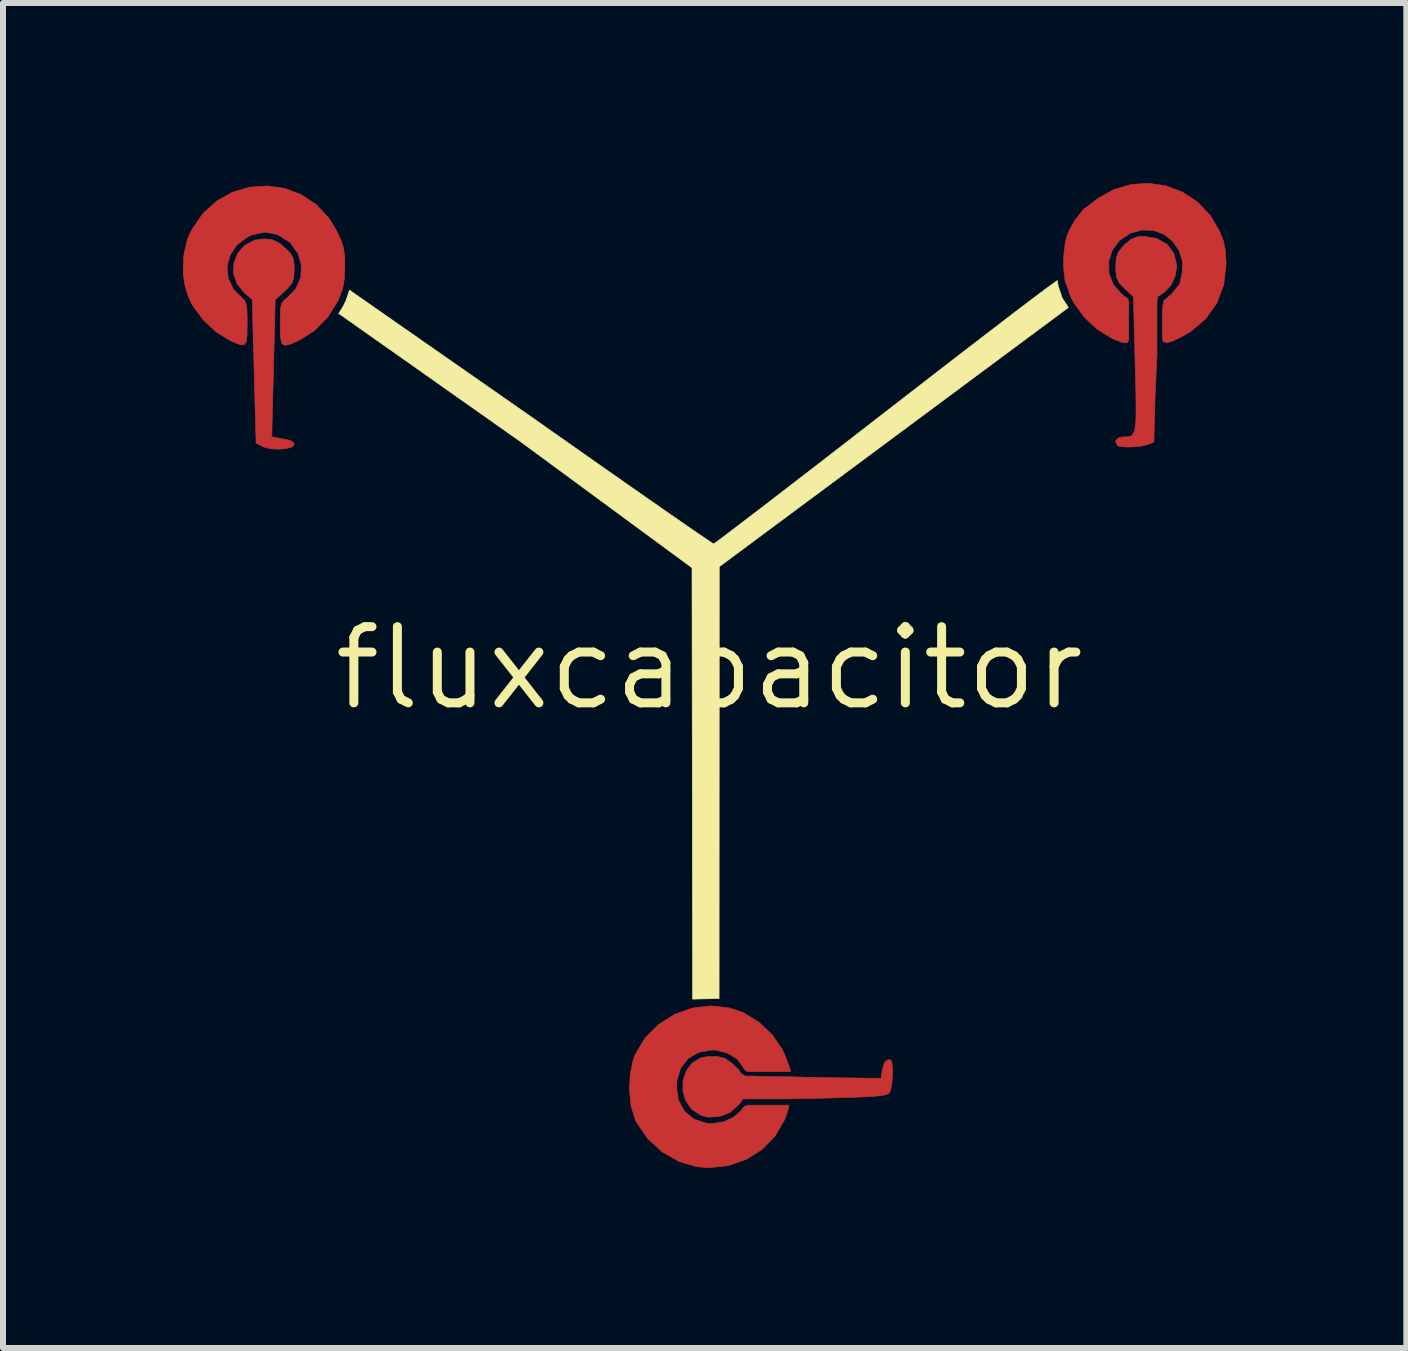
<source format=kicad_pcb>
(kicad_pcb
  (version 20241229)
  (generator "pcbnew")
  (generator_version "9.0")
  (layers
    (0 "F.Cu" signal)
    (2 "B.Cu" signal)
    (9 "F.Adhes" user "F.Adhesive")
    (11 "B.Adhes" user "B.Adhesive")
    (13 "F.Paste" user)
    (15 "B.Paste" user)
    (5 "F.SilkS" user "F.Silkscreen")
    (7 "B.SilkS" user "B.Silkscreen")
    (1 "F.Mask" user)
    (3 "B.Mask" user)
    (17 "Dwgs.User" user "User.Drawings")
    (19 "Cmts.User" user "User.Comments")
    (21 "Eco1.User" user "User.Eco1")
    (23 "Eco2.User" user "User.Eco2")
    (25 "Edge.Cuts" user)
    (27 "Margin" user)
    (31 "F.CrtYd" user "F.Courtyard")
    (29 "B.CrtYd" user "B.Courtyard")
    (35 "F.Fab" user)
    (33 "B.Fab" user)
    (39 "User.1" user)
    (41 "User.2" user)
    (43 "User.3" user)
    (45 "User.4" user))
  (footprint "fluxcapacitor"
    (layer "F.Cu")
    (at 8.775 8.086)
    (property "Reference" "fluxcapacitor" (at 0 0 0) (layer "F.SilkS") (effects (font (size 1.27 1.27) (thickness 0.15))))
    (attr through_hole)
    (fp_poly (pts (xy -7.291 -7.142) (xy -7.184 -7.095) (xy -7.08 -7.009) (xy -6.984 -6.913) (xy -6.937 -6.827) (xy -6.922 -6.712) (xy -6.921 -6.646) (xy -6.928 -6.508) (xy -6.959 -6.415) (xy -7.033 -6.327) (xy -7.08 -6.283) (xy -7.238 -6.138) (xy -7.266 -4.998) (xy -7.295 -3.857) (xy -7.193 -3.835) (xy -7.075 -3.812) (xy -7.006 -3.8) (xy -6.937 -3.764) (xy -6.921 -3.725) (xy -6.959 -3.684) (xy -7.054 -3.658) (xy -7.182 -3.648) (xy -7.315 -3.657) (xy -7.429 -3.684) (xy -7.451 -3.694) (xy -7.556 -3.749) (xy -7.589 -4.947) (xy -7.621 -6.145) (xy -7.745 -6.249) (xy -7.873 -6.403) (xy -7.932 -6.576) (xy -7.926 -6.752) (xy -7.863 -6.914) (xy -7.747 -7.046) (xy -7.585 -7.131) (xy -7.426 -7.154) (xy -7.291 -7.142)) (stroke (width 0.01) (type solid)) (fill yes) (layer "F.Cu"))
    (fp_poly (pts (xy 0.257 6.505) (xy 0.366 6.58) (xy 0.412 6.623) (xy 0.485 6.692) (xy 0.529 6.761) (xy 0.599 6.801) (xy 0.764 6.801) (xy 0.959 6.811) (xy 1.124 6.811) (xy 1.362 6.813) (xy 1.636 6.821) (xy 1.921 6.827) (xy 2.1 6.829) (xy 2.862 6.838) (xy 2.883 6.69) (xy 2.921 6.571) (xy 2.978 6.528) (xy 3.02 6.532) (xy 3.042 6.573) (xy 3.051 6.672) (xy 3.052 6.763) (xy 3.043 6.91) (xy 3.021 7.029) (xy 2.999 7.079) (xy 2.973 7.099) (xy 2.923 7.115) (xy 2.839 7.129) (xy 2.714 7.14) (xy 2.538 7.149) (xy 2.302 7.158) (xy 1.996 7.166) (xy 1.743 7.172) (xy 1.392 7.18) (xy 1.129 7.181) (xy 0.899 7.181) (xy 0.749 7.181) (xy 0.649 7.181) (xy 0.559 7.181) (xy 0.519 7.241) (xy 0.496 7.265) (xy 0.481 7.283) (xy 0.349 7.404) (xy 0.174 7.474) (xy -0.016 7.486) (xy -0.144 7.454) (xy -0.297 7.353) (xy -0.395 7.212) (xy -0.442 7.047) (xy -0.439 6.876) (xy -0.387 6.716) (xy -0.289 6.585) (xy -0.147 6.499) (xy -0.038 6.477) (xy 0.133 6.474) (xy 0.257 6.505)) (stroke (width 0.01) (type solid)) (fill yes) (layer "F.Cu"))
    (fp_poly (pts (xy 7.454 -7.162) (xy 7.625 -7.066) (xy 7.74 -6.916) (xy 7.788 -6.722) (xy 7.789 -6.689) (xy 7.762 -6.529) (xy 7.692 -6.38) (xy 7.595 -6.276) (xy 7.577 -6.265) (xy 7.538 -6.236) (xy 7.47 -6.19) (xy 7.46 -6.1) (xy 7.46 -5.965) (xy 7.46 -5.8) (xy 7.46 -5.61) (xy 7.46 -5.46) (xy 7.46 -5.385) (xy 7.46 -5.37) (xy 7.46 -5.33) (xy 7.46 -5.21) (xy 7.45 -5.019) (xy 7.44 -4.756) (xy 7.43 -4.57) (xy 7.408 -3.766) (xy 7.3 -3.724) (xy 7.194 -3.699) (xy 7.059 -3.686) (xy 6.927 -3.685) (xy 6.83 -3.698) (xy 6.802 -3.711) (xy 6.77 -3.781) (xy 6.811 -3.835) (xy 6.89 -3.853) (xy 6.959 -3.854) (xy 7.013 -3.862) (xy 7.054 -3.887) (xy 7.082 -3.938) (xy 7.1 -4.023) (xy 7.11 -4.152) (xy 7.112 -4.334) (xy 7.109 -4.579) (xy 7.101 -4.895) (xy 7.097 -5.059) (xy 7.068 -6.188) (xy 6.921 -6.327) (xy 6.831 -6.421) (xy 6.788 -6.508) (xy 6.774 -6.627) (xy 6.773 -6.687) (xy 6.781 -6.83) (xy 6.813 -6.927) (xy 6.886 -7.02) (xy 6.917 -7.053) (xy 7.028 -7.147) (xy 7.134 -7.189) (xy 7.237 -7.197) (xy 7.454 -7.162)) (stroke (width 0.01) (type solid)) (fill yes) (layer "F.Cu"))
    (fp_poly (pts (xy 0.331 5.664) (xy 0.567 5.744) (xy 0.823 5.901) (xy 1.046 6.111) (xy 1.213 6.354) (xy 1.268 6.474) (xy 1.314 6.602) (xy 1.346 6.695) (xy 1.355 6.727) (xy 1.316 6.726) (xy 1.211 6.726) (xy 1.066 6.726) (xy 0.981 6.726) (xy 0.806 6.726) (xy 0.696 6.726) (xy 0.621 6.721) (xy 0.583 6.688) (xy 0.558 6.641) (xy 0.457 6.512) (xy 0.298 6.417) (xy 0.107 6.369) (xy 0.043 6.366) (xy -0.178 6.404) (xy -0.356 6.509) (xy -0.481 6.672) (xy -0.544 6.884) (xy -0.549 6.98) (xy -0.514 7.208) (xy -0.412 7.392) (xy -0.254 7.521) (xy -0.049 7.587) (xy 0.043 7.593) (xy 0.234 7.564) (xy 0.405 7.487) (xy 0.529 7.375) (xy 0.549 7.342) (xy 0.586 7.306) (xy 0.636 7.286) (xy 0.726 7.286) (xy 0.886 7.286) (xy 0.966 7.286) (xy 1.136 7.286) (xy 1.256 7.286) (xy 1.326 7.286) (xy 1.307 7.381) (xy 1.266 7.496) (xy 1.251 7.531) (xy 1.094 7.802) (xy 0.877 8.024) (xy 0.612 8.19) (xy 0.312 8.294) (xy -0.009 8.328) (xy -0.214 8.311) (xy -0.513 8.222) (xy -0.789 8.063) (xy -1.026 7.845) (xy -1.208 7.581) (xy -1.241 7.514) (xy -1.305 7.297) (xy -1.332 7.039) (xy -1.32 6.772) (xy -1.27 6.53) (xy -1.237 6.441) (xy -1.07 6.165) (xy -0.847 5.941) (xy -0.582 5.773) (xy -0.288 5.668) (xy 0.02 5.63) (xy 0.331 5.664)) (stroke (width 0.01) (type solid)) (fill yes) (layer "F.Cu"))
    (fp_poly (pts (xy 7.607 -8.039) (xy 7.884 -7.935) (xy 8.135 -7.77) (xy 8.35 -7.542) (xy 8.501 -7.288) (xy 8.566 -7.124) (xy 8.6 -6.965) (xy 8.612 -6.771) (xy 8.612 -6.731) (xy 8.573 -6.39) (xy 8.459 -6.085) (xy 8.274 -5.823) (xy 8.021 -5.609) (xy 7.874 -5.524) (xy 7.719 -5.45) (xy 7.621 -5.422) (xy 7.56 -5.45) (xy 7.55 -5.54) (xy 7.55 -5.705) (xy 7.55 -5.78) (xy 7.55 -5.93) (xy 7.56 -6.05) (xy 7.571 -6.123) (xy 7.63 -6.17) (xy 7.7 -6.23) (xy 7.84 -6.4) (xy 7.882 -6.601) (xy 7.883 -6.788) (xy 7.827 -6.963) (xy 7.723 -7.114) (xy 7.579 -7.229) (xy 7.403 -7.296) (xy 7.203 -7.302) (xy 7.016 -7.248) (xy 6.835 -7.128) (xy 6.715 -6.965) (xy 6.656 -6.778) (xy 6.66 -6.583) (xy 6.729 -6.398) (xy 6.865 -6.239) (xy 6.919 -6.199) (xy 6.972 -6.159) (xy 6.99 -6.109) (xy 6.99 -6.03) (xy 6.99 -5.9) (xy 6.99 -5.77) (xy 6.99 -5.585) (xy 6.99 -5.471) (xy 6.963 -5.422) (xy 6.881 -5.428) (xy 6.75 -5.479) (xy 6.704 -5.5) (xy 6.468 -5.645) (xy 6.251 -5.847) (xy 6.081 -6.079) (xy 6.061 -6.114) (xy 6.006 -6.229) (xy 5.973 -6.335) (xy 5.93 -6.45) (xy 5.91 -6.61) (xy 5.9 -6.76) (xy 5.91 -6.91) (xy 5.93 -7.08) (xy 5.96 -7.2) (xy 6 -7.3) (xy 6.09 -7.46) (xy 6.23 -7.64) (xy 6.478 -7.83) (xy 6.74 -7.976) (xy 7.024 -8.06) (xy 7.317 -8.081) (xy 7.607 -8.039)) (stroke (width 0.01) (type solid)) (fill yes) (layer "F.Cu"))
    (fp_poly (pts (xy -7.083 -7.997) (xy -6.807 -7.893) (xy -6.556 -7.728) (xy -6.343 -7.5) (xy -6.224 -7.306) (xy -6.144 -7.141) (xy -6.1 -7.007) (xy -6.081 -6.867) (xy -6.077 -6.694) (xy -6.085 -6.489) (xy -6.114 -6.327) (xy -6.172 -6.169) (xy -6.188 -6.132) (xy -6.356 -5.857) (xy -6.578 -5.629) (xy -6.828 -5.47) (xy -6.976 -5.403) (xy -7.071 -5.379) (xy -7.125 -5.408) (xy -7.148 -5.498) (xy -7.154 -5.659) (xy -7.154 -5.733) (xy -7.153 -5.908) (xy -7.145 -6.02) (xy -7.124 -6.089) (xy -7.084 -6.138) (xy -7.031 -6.178) (xy -6.89 -6.326) (xy -6.813 -6.509) (xy -6.801 -6.709) (xy -6.855 -6.905) (xy -6.974 -7.076) (xy -7.003 -7.104) (xy -7.198 -7.227) (xy -7.404 -7.267) (xy -7.62 -7.223) (xy -7.692 -7.19) (xy -7.873 -7.057) (xy -7.99 -6.886) (xy -8.04 -6.695) (xy -8.022 -6.5) (xy -7.935 -6.317) (xy -7.811 -6.189) (xy -7.759 -6.142) (xy -7.728 -6.087) (xy -7.711 -6.002) (xy -7.705 -5.869) (xy -7.705 -5.741) (xy -7.707 -5.553) (xy -7.72 -5.44) (xy -7.755 -5.389) (xy -7.823 -5.391) (xy -7.934 -5.435) (xy -7.986 -5.458) (xy -8.222 -5.603) (xy -8.439 -5.805) (xy -8.609 -6.037) (xy -8.629 -6.072) (xy -8.683 -6.186) (xy -8.717 -6.292) (xy -8.75 -6.42) (xy -8.77 -6.58) (xy -8.77 -6.689) (xy -8.76 -6.89) (xy -8.727 -7.032) (xy -8.701 -7.143) (xy -8.656 -7.25) (xy -8.629 -7.305) (xy -8.443 -7.576) (xy -8.213 -7.785) (xy -7.951 -7.932) (xy -7.667 -8.016) (xy -7.374 -8.037) (xy -7.083 -7.997)) (stroke (width 0.01) (type solid)) (fill yes) (layer "F.Cu"))
    (fp_poly (pts (xy -7.291 -7.142) (xy -7.184 -7.095) (xy -7.08 -7.009) (xy -6.984 -6.913) (xy -6.937 -6.827) (xy -6.922 -6.712) (xy -6.921 -6.646) (xy -6.928 -6.508) (xy -6.959 -6.415) (xy -7.033 -6.327) (xy -7.08 -6.283) (xy -7.238 -6.138) (xy -7.266 -4.998) (xy -7.295 -3.857) (xy -7.193 -3.835) (xy -7.075 -3.812) (xy -7.006 -3.8) (xy -6.937 -3.764) (xy -6.921 -3.725) (xy -6.959 -3.684) (xy -7.054 -3.658) (xy -7.182 -3.648) (xy -7.315 -3.657) (xy -7.429 -3.684) (xy -7.451 -3.694) (xy -7.556 -3.749) (xy -7.589 -4.947) (xy -7.621 -6.145) (xy -7.745 -6.249) (xy -7.873 -6.403) (xy -7.932 -6.576) (xy -7.926 -6.752) (xy -7.863 -6.914) (xy -7.747 -7.046) (xy -7.585 -7.131) (xy -7.426 -7.154) (xy -7.291 -7.142)) (stroke (width 0.01) (type solid)) (fill yes) (layer "F.Mask"))
    (fp_poly (pts (xy 0.254 6.504) (xy 0.363 6.579) (xy 0.409 6.622) (xy 0.482 6.691) (xy 0.526 6.76) (xy 0.596 6.8) (xy 0.756 6.8) (xy 0.956 6.81) (xy 1.121 6.81) (xy 1.359 6.812) (xy 1.632 6.82) (xy 1.918 6.826) (xy 2.096 6.828) (xy 2.858 6.837) (xy 2.88 6.689) (xy 2.918 6.57) (xy 2.975 6.527) (xy 3.017 6.531) (xy 3.039 6.572) (xy 3.048 6.671) (xy 3.049 6.762) (xy 3.04 6.909) (xy 3.018 7.028) (xy 2.996 7.078) (xy 2.97 7.098) (xy 2.919 7.114) (xy 2.836 7.128) (xy 2.711 7.139) (xy 2.535 7.148) (xy 2.299 7.157) (xy 1.993 7.165) (xy 1.74 7.171) (xy 1.389 7.179) (xy 1.116 7.18) (xy 0.902 7.18) (xy 0.747 7.18) (xy 0.646 7.18) (xy 0.556 7.18) (xy 0.516 7.24) (xy 0.493 7.264) (xy 0.478 7.282) (xy 0.346 7.403) (xy 0.171 7.473) (xy -0.02 7.484) (xy -0.147 7.453) (xy -0.3 7.352) (xy -0.398 7.211) (xy -0.445 7.046) (xy -0.442 6.875) (xy -0.39 6.715) (xy -0.293 6.583) (xy -0.15 6.498) (xy -0.041 6.476) (xy 0.13 6.473) (xy 0.254 6.504)) (stroke (width 0.01) (type solid)) (fill yes) (layer "F.Mask"))
    (fp_poly (pts (xy 7.454 -7.162) (xy 7.625 -7.066) (xy 7.74 -6.916) (xy 7.788 -6.722) (xy 7.789 -6.689) (xy 7.762 -6.529) (xy 7.692 -6.38) (xy 7.595 -6.276) (xy 7.577 -6.265) (xy 7.538 -6.236) (xy 7.47 -6.188) (xy 7.46 -6.1) (xy 7.46 -5.97) (xy 7.46 -5.798) (xy 7.46 -5.61) (xy 7.46 -5.45) (xy 7.46 -5.385) (xy 7.46 -5.376) (xy 7.46 -5.33) (xy 7.46 -5.21) (xy 7.45 -5.01) (xy 7.44 -4.756) (xy 7.43 -4.571) (xy 7.408 -3.766) (xy 7.3 -3.724) (xy 7.194 -3.699) (xy 7.059 -3.686) (xy 6.927 -3.685) (xy 6.83 -3.698) (xy 6.802 -3.711) (xy 6.77 -3.781) (xy 6.811 -3.835) (xy 6.89 -3.853) (xy 6.959 -3.854) (xy 7.013 -3.862) (xy 7.054 -3.887) (xy 7.082 -3.938) (xy 7.1 -4.023) (xy 7.11 -4.152) (xy 7.112 -4.334) (xy 7.109 -4.579) (xy 7.101 -4.895) (xy 7.097 -5.059) (xy 7.068 -6.188) (xy 6.921 -6.327) (xy 6.831 -6.421) (xy 6.788 -6.508) (xy 6.774 -6.627) (xy 6.773 -6.687) (xy 6.781 -6.83) (xy 6.813 -6.927) (xy 6.886 -7.02) (xy 6.917 -7.053) (xy 7.028 -7.147) (xy 7.134 -7.189) (xy 7.237 -7.197) (xy 7.454 -7.162)) (stroke (width 0.01) (type solid)) (fill yes) (layer "F.Mask"))
    (fp_poly (pts (xy 0.331 5.664) (xy 0.567 5.745) (xy 0.823 5.901) (xy 1.045 6.111) (xy 1.213 6.354) (xy 1.267 6.475) (xy 1.314 6.603) (xy 1.346 6.695) (xy 1.354 6.728) (xy 1.315 6.726) (xy 1.211 6.726) (xy 1.059 6.726) (xy 0.975 6.726) (xy 0.801 6.726) (xy 0.687 6.726) (xy 0.621 6.721) (xy 0.583 6.688) (xy 0.558 6.641) (xy 0.456 6.513) (xy 0.298 6.418) (xy 0.107 6.37) (xy 0.042 6.367) (xy -0.179 6.404) (xy -0.356 6.509) (xy -0.481 6.673) (xy -0.544 6.885) (xy -0.55 6.98) (xy -0.514 7.208) (xy -0.412 7.392) (xy -0.255 7.522) (xy -0.05 7.587) (xy 0.042 7.593) (xy 0.234 7.565) (xy 0.405 7.487) (xy 0.528 7.375) (xy 0.549 7.342) (xy 0.585 7.306) (xy 0.635 7.286) (xy 0.725 7.286) (xy 0.875 7.286) (xy 0.955 7.286) (xy 1.145 7.286) (xy 1.245 7.286) (xy 1.325 7.286) (xy 1.306 7.382) (xy 1.266 7.496) (xy 1.251 7.532) (xy 1.094 7.803) (xy 0.876 8.024) (xy 0.611 8.191) (xy 0.311 8.294) (xy -0.01 8.328) (xy -0.215 8.311) (xy -0.513 8.223) (xy -0.789 8.063) (xy -1.027 7.845) (xy -1.209 7.581) (xy -1.241 7.514) (xy -1.306 7.298) (xy -1.332 7.039) (xy -1.32 6.772) (xy -1.271 6.53) (xy -1.237 6.442) (xy -1.07 6.166) (xy -0.847 5.941) (xy -0.582 5.774) (xy -0.289 5.668) (xy 0.02 5.63) (xy 0.331 5.664)) (stroke (width 0.01) (type solid)) (fill yes) (layer "F.Mask"))
    (fp_poly (pts (xy 7.607 -8.04) (xy 7.884 -7.936) (xy 8.135 -7.77) (xy 8.35 -7.543) (xy 8.501 -7.288) (xy 8.566 -7.124) (xy 8.6 -6.965) (xy 8.612 -6.771) (xy 8.612 -6.731) (xy 8.573 -6.39) (xy 8.459 -6.086) (xy 8.274 -5.824) (xy 8.021 -5.61) (xy 7.874 -5.525) (xy 7.719 -5.45) (xy 7.621 -5.422) (xy 7.56 -5.45) (xy 7.55 -5.54) (xy 7.55 -5.705) (xy 7.55 -5.765) (xy 7.55 -5.94) (xy 7.56 -6.049) (xy 7.571 -6.123) (xy 7.63 -6.17) (xy 7.7 -6.23) (xy 7.84 -6.4) (xy 7.882 -6.602) (xy 7.883 -6.788) (xy 7.827 -6.963) (xy 7.723 -7.114) (xy 7.579 -7.23) (xy 7.403 -7.296) (xy 7.203 -7.302) (xy 7.016 -7.248) (xy 6.835 -7.128) (xy 6.715 -6.966) (xy 6.656 -6.778) (xy 6.66 -6.583) (xy 6.729 -6.398) (xy 6.865 -6.24) (xy 6.919 -6.2) (xy 6.972 -6.159) (xy 6.99 -6.11) (xy 6.99 -6.03) (xy 6.99 -5.9) (xy 6.99 -5.774) (xy 6.99 -5.58) (xy 6.99 -5.47) (xy 6.963 -5.422) (xy 6.881 -5.428) (xy 6.75 -5.48) (xy 6.704 -5.5) (xy 6.468 -5.645) (xy 6.251 -5.847) (xy 6.081 -6.08) (xy 6.061 -6.115) (xy 6.006 -6.229) (xy 5.973 -6.335) (xy 5.93 -6.45) (xy 5.91 -6.61) (xy 5.9 -6.76) (xy 5.91 -6.91) (xy 5.93 -7.08) (xy 5.96 -7.2) (xy 6 -7.3) (xy 6.09 -7.46) (xy 6.23 -7.64) (xy 6.478 -7.83) (xy 6.74 -7.977) (xy 7.024 -8.06) (xy 7.317 -8.081) (xy 7.607 -8.04)) (stroke (width 0.01) (type solid)) (fill yes) (layer "F.Mask"))
    (fp_poly (pts (xy -7.083 -7.997) (xy -6.807 -7.893) (xy -6.556 -7.728) (xy -6.343 -7.5) (xy -6.224 -7.306) (xy -6.144 -7.141) (xy -6.1 -7.007) (xy -6.081 -6.867) (xy -6.077 -6.694) (xy -6.085 -6.489) (xy -6.114 -6.327) (xy -6.172 -6.169) (xy -6.188 -6.132) (xy -6.356 -5.857) (xy -6.578 -5.629) (xy -6.828 -5.47) (xy -6.976 -5.403) (xy -7.071 -5.379) (xy -7.125 -5.408) (xy -7.148 -5.498) (xy -7.154 -5.659) (xy -7.154 -5.733) (xy -7.153 -5.908) (xy -7.145 -6.02) (xy -7.124 -6.089) (xy -7.084 -6.138) (xy -7.031 -6.178) (xy -6.89 -6.326) (xy -6.813 -6.509) (xy -6.801 -6.709) (xy -6.855 -6.905) (xy -6.974 -7.076) (xy -7.003 -7.104) (xy -7.198 -7.227) (xy -7.404 -7.267) (xy -7.62 -7.223) (xy -7.692 -7.19) (xy -7.873 -7.057) (xy -7.99 -6.886) (xy -8.04 -6.695) (xy -8.022 -6.5) (xy -7.935 -6.317) (xy -7.811 -6.189) (xy -7.759 -6.142) (xy -7.728 -6.087) (xy -7.711 -6.002) (xy -7.705 -5.869) (xy -7.705 -5.741) (xy -7.707 -5.553) (xy -7.72 -5.44) (xy -7.755 -5.389) (xy -7.823 -5.391) (xy -7.934 -5.435) (xy -7.986 -5.458) (xy -8.222 -5.603) (xy -8.439 -5.805) (xy -8.609 -6.037) (xy -8.629 -6.072) (xy -8.683 -6.186) (xy -8.717 -6.292) (xy -8.75 -6.418) (xy -8.77 -6.58) (xy -8.77 -6.689) (xy -8.76 -6.889) (xy -8.727 -7.032) (xy -8.701 -7.143) (xy -8.656 -7.25) (xy -8.629 -7.305) (xy -8.443 -7.576) (xy -8.213 -7.785) (xy -7.951 -7.932) (xy -7.667 -8.016) (xy -7.374 -8.037) (xy -7.083 -7.997)) (stroke (width 0.01) (type solid)) (fill yes) (layer "F.Mask"))
    (fp_poly (pts (xy 5.82 -6.35) (xy 5.84 -6.29) (xy 5.88 -6.17) (xy 5.983 -6.01) (xy 0.164 -1.69) (xy 0.161 5.508) (xy -0.28 5.518) (xy -0.29 -1.672) (xy -3.139 -3.768) (xy -3.587 -4.084) (xy -4.015 -4.386) (xy -4.419 -4.67) (xy -4.792 -4.934) (xy -5.131 -5.173) (xy -5.43 -5.383) (xy -5.684 -5.562) (xy -5.888 -5.706) (xy -6.037 -5.811) (xy -6.125 -5.873) (xy -6.18 -5.91) (xy -6.16 -5.94) (xy -6.11 -6.02) (xy -6.06 -6.12) (xy -6 -6.3) (xy -2.974 -4.19) (xy -2.524 -3.873) (xy -2.093 -3.57) (xy -1.687 -3.285) (xy -1.31 -3.021) (xy -0.968 -2.782) (xy -0.666 -2.572) (xy -0.409 -2.394) (xy -0.202 -2.251) (xy -0.049 -2.148) (xy 0.044 -2.086) (xy 0.071 -2.07) (xy 0.109 -2.096) (xy 0.209 -2.17) (xy 0.366 -2.289) (xy 0.574 -2.448) (xy 0.83 -2.643) (xy 1.127 -2.871) (xy 1.461 -3.129) (xy 1.827 -3.411) (xy 2.22 -3.715) (xy 2.634 -4.036) (xy 2.875 -4.223) (xy 3.3 -4.552) (xy 3.707 -4.867) (xy 4.089 -5.162) (xy 4.443 -5.435) (xy 4.763 -5.68) (xy 5.044 -5.896) (xy 5.282 -6.077) (xy 5.47 -6.219) (xy 5.604 -6.32) (xy 5.68 -6.375) (xy 5.8 -6.46) (xy 5.81 -6.39)) (stroke (width 0.01) (type solid)) (fill yes) (layer "F.SilkS")))
  (gr_rect
    (start -3 -3)
    (end 20.392 19.419)
    (stroke (width 0.1) (type default))
    (fill no)
    (layer "Edge.Cuts")))
</source>
